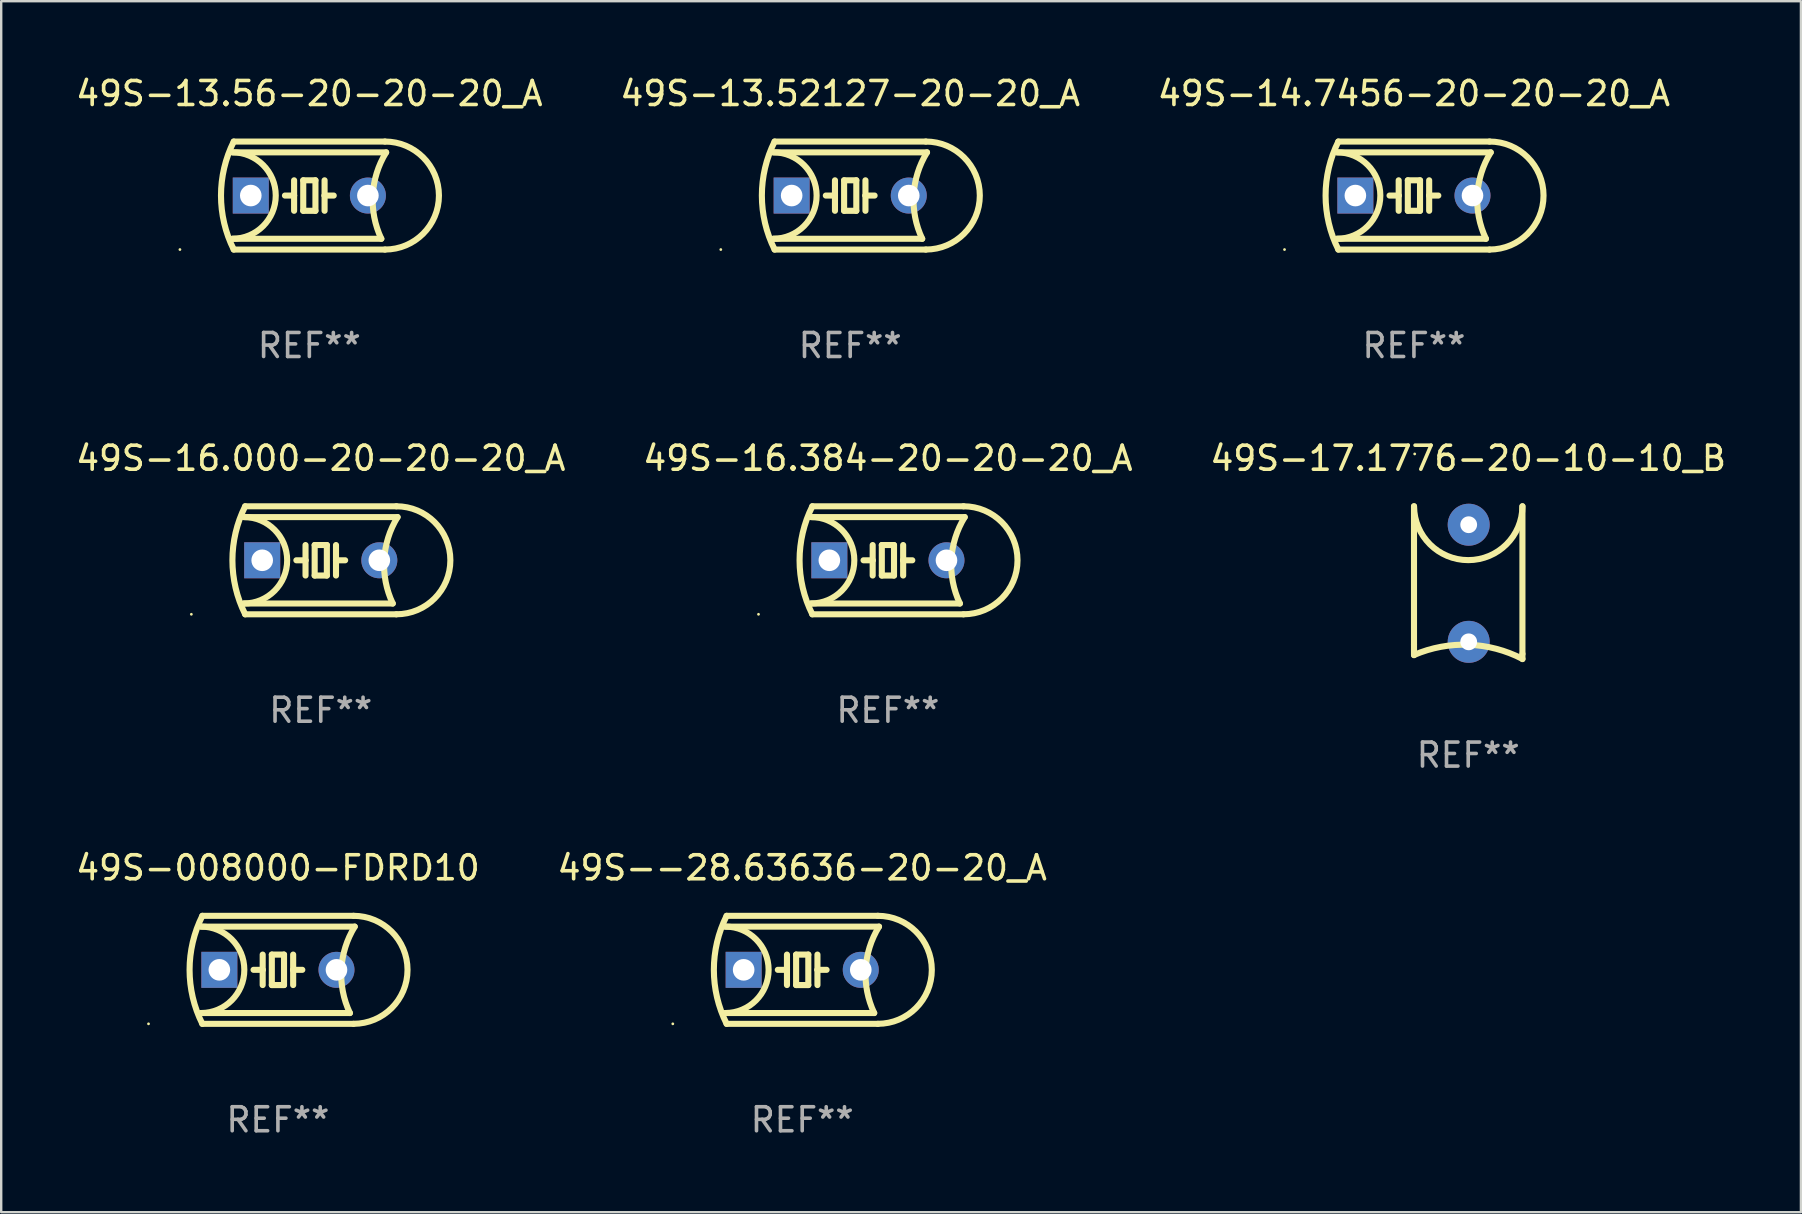
<source format=kicad_pcb>
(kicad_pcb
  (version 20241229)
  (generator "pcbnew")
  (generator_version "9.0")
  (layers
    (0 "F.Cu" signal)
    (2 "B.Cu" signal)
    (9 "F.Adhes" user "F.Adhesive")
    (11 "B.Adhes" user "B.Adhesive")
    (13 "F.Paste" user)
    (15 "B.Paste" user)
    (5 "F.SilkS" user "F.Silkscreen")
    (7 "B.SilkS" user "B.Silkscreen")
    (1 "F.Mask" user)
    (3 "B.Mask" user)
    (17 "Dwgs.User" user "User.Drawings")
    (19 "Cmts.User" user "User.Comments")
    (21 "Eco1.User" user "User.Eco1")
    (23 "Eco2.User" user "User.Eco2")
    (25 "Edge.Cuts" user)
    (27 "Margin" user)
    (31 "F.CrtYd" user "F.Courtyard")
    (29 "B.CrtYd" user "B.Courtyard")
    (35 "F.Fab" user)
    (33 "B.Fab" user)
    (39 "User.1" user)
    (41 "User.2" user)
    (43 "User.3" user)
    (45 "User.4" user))
  (footprint "49S-008000-FDRD10"
    (layer "F.Cu")
    (at 8.53 37.359)
    (property "Reference" "49S-008000-FDRD10" (at 0 -4.25 0) (layer "F.SilkS") (effects (font (size 1 1) (thickness 0.15))))
    (attr through_hole)
    (fp_line (start -3.2 -1.8) (end 3.2 -1.8) (stroke (width 0.254) (type solid)) (layer "F.SilkS"))
    (fp_line (start -3.15 2.25) (end 3.15 2.25) (stroke (width 0.254) (type solid)) (layer "F.SilkS"))
    (fp_line (start -0.635 -0.635) (end -0.635 0) (stroke (width 0.254) (type solid)) (layer "F.SilkS"))
    (fp_line (start -0.635 0) (end -1.016 0) (stroke (width 0.254) (type solid)) (layer "F.SilkS"))
    (fp_line (start -0.635 0) (end -0.635 0.635) (stroke (width 0.254) (type solid)) (layer "F.SilkS"))
    (fp_line (start -0.254 -0.635) (end -0.254 0.635) (stroke (width 0.254) (type solid)) (layer "F.SilkS"))
    (fp_line (start -0.254 0.635) (end 0.254 0.635) (stroke (width 0.254) (type solid)) (layer "F.SilkS"))
    (fp_line (start 0.254 -0.635) (end -0.254 -0.635) (stroke (width 0.254) (type solid)) (layer "F.SilkS"))
    (fp_line (start 0.254 0.635) (end 0.254 -0.635) (stroke (width 0.254) (type solid)) (layer "F.SilkS"))
    (fp_line (start 0.635 -0.635) (end 0.635 0) (stroke (width 0.254) (type solid)) (layer "F.SilkS"))
    (fp_line (start 0.635 0) (end 0.635 0.635) (stroke (width 0.254) (type solid)) (layer "F.SilkS"))
    (fp_line (start 0.635 0) (end 1.016 0) (stroke (width 0.254) (type solid)) (layer "F.SilkS"))
    (fp_line (start 3 1.8) (end -3.2 1.8) (stroke (width 0.254) (type solid)) (layer "F.SilkS"))
    (fp_line (start 3.15 -2.25) (end -3.15 -2.25) (stroke (width 0.254) (type solid)) (layer "F.SilkS"))
    (fp_arc (start -3.200406 -1.800864) (mid -1.399974 -0.000635) (end -3.2 1.8) (stroke (width 0.254001) (type solid)) (layer "F.SilkS"))
    (fp_arc (start -3.149606 2.250444) (mid -3.680941 0.000261) (end -3.149987 -2.250013) (stroke (width 0.254001) (type solid)) (layer "F.SilkS"))
    (fp_arc (start 2.999746 1.800863) (mid 2.642982 -0.024977) (end 3.2 -1.8) (stroke (width 0.254001) (type solid)) (layer "F.SilkS"))
    (fp_arc (start 3.149607 -2.250445) (mid 5.399848 -0.000406) (end 3.149987 2.250013) (stroke (width 0.254001) (type solid)) (layer "F.SilkS"))
    (fp_circle (center -5.392 2.25) (end -5.362 2.25) (stroke (width 0.06) (type solid)) (fill no) (layer "F.SilkS"))
    (fp_text user "REF**" (at 0 6.25 0) (layer "F.Fab") (effects (font (size 1 1) (thickness 0.15))))
    (pad "1" thru_hole rect (at -2.44 0) (size 1.5 1.5) (drill 0.9) (layers "*.Cu" "*.Mask"))
    (pad "2" thru_hole circle (at 2.44 0) (size 1.5 1.5) (drill 0.9) (layers "*.Cu" "*.Mask")))
  (footprint "49S-14.7456-20-20-20_A"
    (layer "F.Cu")
    (at 55.863 5.098)
    (property "Reference" "49S-14.7456-20-20-20_A" (at 0 -4.25 0) (layer "F.SilkS") (effects (font (size 1 1) (thickness 0.15))))
    (attr through_hole)
    (fp_line (start -3.2 -1.8) (end 3.2 -1.8) (stroke (width 0.254) (type solid)) (layer "F.SilkS"))
    (fp_line (start -3.15 2.25) (end 3.15 2.25) (stroke (width 0.254) (type solid)) (layer "F.SilkS"))
    (fp_line (start -0.635 -0.635) (end -0.635 0) (stroke (width 0.254) (type solid)) (layer "F.SilkS"))
    (fp_line (start -0.635 0) (end -1.016 0) (stroke (width 0.254) (type solid)) (layer "F.SilkS"))
    (fp_line (start -0.635 0) (end -0.635 0.635) (stroke (width 0.254) (type solid)) (layer "F.SilkS"))
    (fp_line (start -0.254 -0.635) (end -0.254 0.635) (stroke (width 0.254) (type solid)) (layer "F.SilkS"))
    (fp_line (start -0.254 0.635) (end 0.254 0.635) (stroke (width 0.254) (type solid)) (layer "F.SilkS"))
    (fp_line (start 0.254 -0.635) (end -0.254 -0.635) (stroke (width 0.254) (type solid)) (layer "F.SilkS"))
    (fp_line (start 0.254 0.635) (end 0.254 -0.635) (stroke (width 0.254) (type solid)) (layer "F.SilkS"))
    (fp_line (start 0.635 -0.635) (end 0.635 0) (stroke (width 0.254) (type solid)) (layer "F.SilkS"))
    (fp_line (start 0.635 0) (end 0.635 0.635) (stroke (width 0.254) (type solid)) (layer "F.SilkS"))
    (fp_line (start 0.635 0) (end 1.016 0) (stroke (width 0.254) (type solid)) (layer "F.SilkS"))
    (fp_line (start 3 1.8) (end -3.2 1.8) (stroke (width 0.254) (type solid)) (layer "F.SilkS"))
    (fp_line (start 3.15 -2.25) (end -3.15 -2.25) (stroke (width 0.254) (type solid)) (layer "F.SilkS"))
    (fp_arc (start -3.200406 -1.800864) (mid -1.399974 -0.000635) (end -3.2 1.8) (stroke (width 0.254001) (type solid)) (layer "F.SilkS"))
    (fp_arc (start -3.149606 2.250444) (mid -3.680941 0.000261) (end -3.149987 -2.250013) (stroke (width 0.254001) (type solid)) (layer "F.SilkS"))
    (fp_arc (start 2.999746 1.800863) (mid 2.642982 -0.024977) (end 3.2 -1.8) (stroke (width 0.254001) (type solid)) (layer "F.SilkS"))
    (fp_arc (start 3.149607 -2.250445) (mid 5.399848 -0.000406) (end 3.149987 2.250013) (stroke (width 0.254001) (type solid)) (layer "F.SilkS"))
    (fp_circle (center -5.392 2.25) (end -5.362 2.25) (stroke (width 0.06) (type solid)) (fill no) (layer "F.SilkS"))
    (fp_text user "REF**" (at 0 6.25 0) (layer "F.Fab") (effects (font (size 1 1) (thickness 0.15))))
    (pad "1" thru_hole rect (at -2.44 0) (size 1.5 1.5) (drill 0.9) (layers "*.Cu" "*.Mask"))
    (pad "2" thru_hole circle (at 2.44 0) (size 1.5 1.5) (drill 0.9) (layers "*.Cu" "*.Mask")))
  (footprint "49S-16.000-20-20-20_A"
    (layer "F.Cu")
    (at 10.315 20.295)
    (property "Reference" "49S-16.000-20-20-20_A" (at 0 -4.25 0) (layer "F.SilkS") (effects (font (size 1 1) (thickness 0.15))))
    (attr through_hole)
    (fp_line (start -3.2 -1.8) (end 3.2 -1.8) (stroke (width 0.254) (type solid)) (layer "F.SilkS"))
    (fp_line (start -3.15 2.25) (end 3.15 2.25) (stroke (width 0.254) (type solid)) (layer "F.SilkS"))
    (fp_line (start -0.635 -0.635) (end -0.635 0) (stroke (width 0.254) (type solid)) (layer "F.SilkS"))
    (fp_line (start -0.635 0) (end -1.016 0) (stroke (width 0.254) (type solid)) (layer "F.SilkS"))
    (fp_line (start -0.635 0) (end -0.635 0.635) (stroke (width 0.254) (type solid)) (layer "F.SilkS"))
    (fp_line (start -0.254 -0.635) (end -0.254 0.635) (stroke (width 0.254) (type solid)) (layer "F.SilkS"))
    (fp_line (start -0.254 0.635) (end 0.254 0.635) (stroke (width 0.254) (type solid)) (layer "F.SilkS"))
    (fp_line (start 0.254 -0.635) (end -0.254 -0.635) (stroke (width 0.254) (type solid)) (layer "F.SilkS"))
    (fp_line (start 0.254 0.635) (end 0.254 -0.635) (stroke (width 0.254) (type solid)) (layer "F.SilkS"))
    (fp_line (start 0.635 -0.635) (end 0.635 0) (stroke (width 0.254) (type solid)) (layer "F.SilkS"))
    (fp_line (start 0.635 0) (end 0.635 0.635) (stroke (width 0.254) (type solid)) (layer "F.SilkS"))
    (fp_line (start 0.635 0) (end 1.016 0) (stroke (width 0.254) (type solid)) (layer "F.SilkS"))
    (fp_line (start 3 1.8) (end -3.2 1.8) (stroke (width 0.254) (type solid)) (layer "F.SilkS"))
    (fp_line (start 3.15 -2.25) (end -3.15 -2.25) (stroke (width 0.254) (type solid)) (layer "F.SilkS"))
    (fp_arc (start -3.200406 -1.800864) (mid -1.399974 -0.000635) (end -3.2 1.8) (stroke (width 0.254001) (type solid)) (layer "F.SilkS"))
    (fp_arc (start -3.149606 2.250444) (mid -3.680941 0.000261) (end -3.149987 -2.250013) (stroke (width 0.254001) (type solid)) (layer "F.SilkS"))
    (fp_arc (start 2.999746 1.800863) (mid 2.642982 -0.024977) (end 3.2 -1.8) (stroke (width 0.254001) (type solid)) (layer "F.SilkS"))
    (fp_arc (start 3.149607 -2.250445) (mid 5.399848 -0.000406) (end 3.149987 2.250013) (stroke (width 0.254001) (type solid)) (layer "F.SilkS"))
    (fp_circle (center -5.392 2.25) (end -5.362 2.25) (stroke (width 0.06) (type solid)) (fill no) (layer "F.SilkS"))
    (fp_text user "REF**" (at 0 6.25 0) (layer "F.Fab") (effects (font (size 1 1) (thickness 0.15))))
    (pad "1" thru_hole rect (at -2.44 0) (size 1.5 1.5) (drill 0.9) (layers "*.Cu" "*.Mask"))
    (pad "2" thru_hole circle (at 2.44 0) (size 1.5 1.5) (drill 0.9) (layers "*.Cu" "*.Mask")))
  (footprint "49S-13.56-20-20-20_A"
    (layer "F.Cu")
    (at 9.839 5.098)
    (property "Reference" "49S-13.56-20-20-20_A" (at 0 -4.25 0) (layer "F.SilkS") (effects (font (size 1 1) (thickness 0.15))))
    (attr through_hole)
    (fp_line (start -3.2 -1.8) (end 3.2 -1.8) (stroke (width 0.254) (type solid)) (layer "F.SilkS"))
    (fp_line (start -3.15 2.25) (end 3.15 2.25) (stroke (width 0.254) (type solid)) (layer "F.SilkS"))
    (fp_line (start -0.635 -0.635) (end -0.635 0) (stroke (width 0.254) (type solid)) (layer "F.SilkS"))
    (fp_line (start -0.635 0) (end -1.016 0) (stroke (width 0.254) (type solid)) (layer "F.SilkS"))
    (fp_line (start -0.635 0) (end -0.635 0.635) (stroke (width 0.254) (type solid)) (layer "F.SilkS"))
    (fp_line (start -0.254 -0.635) (end -0.254 0.635) (stroke (width 0.254) (type solid)) (layer "F.SilkS"))
    (fp_line (start -0.254 0.635) (end 0.254 0.635) (stroke (width 0.254) (type solid)) (layer "F.SilkS"))
    (fp_line (start 0.254 -0.635) (end -0.254 -0.635) (stroke (width 0.254) (type solid)) (layer "F.SilkS"))
    (fp_line (start 0.254 0.635) (end 0.254 -0.635) (stroke (width 0.254) (type solid)) (layer "F.SilkS"))
    (fp_line (start 0.635 -0.635) (end 0.635 0) (stroke (width 0.254) (type solid)) (layer "F.SilkS"))
    (fp_line (start 0.635 0) (end 0.635 0.635) (stroke (width 0.254) (type solid)) (layer "F.SilkS"))
    (fp_line (start 0.635 0) (end 1.016 0) (stroke (width 0.254) (type solid)) (layer "F.SilkS"))
    (fp_line (start 3 1.8) (end -3.2 1.8) (stroke (width 0.254) (type solid)) (layer "F.SilkS"))
    (fp_line (start 3.15 -2.25) (end -3.15 -2.25) (stroke (width 0.254) (type solid)) (layer "F.SilkS"))
    (fp_arc (start -3.200406 -1.800864) (mid -1.399974 -0.000635) (end -3.2 1.8) (stroke (width 0.254001) (type solid)) (layer "F.SilkS"))
    (fp_arc (start -3.149606 2.250444) (mid -3.680941 0.000261) (end -3.149987 -2.250013) (stroke (width 0.254001) (type solid)) (layer "F.SilkS"))
    (fp_arc (start 2.999746 1.800863) (mid 2.642982 -0.024977) (end 3.2 -1.8) (stroke (width 0.254001) (type solid)) (layer "F.SilkS"))
    (fp_arc (start 3.149607 -2.250445) (mid 5.399848 -0.000406) (end 3.149987 2.250013) (stroke (width 0.254001) (type solid)) (layer "F.SilkS"))
    (fp_circle (center -5.392 2.25) (end -5.362 2.25) (stroke (width 0.06) (type solid)) (fill no) (layer "F.SilkS"))
    (fp_text user "REF**" (at 0 6.25 0) (layer "F.Fab") (effects (font (size 1 1) (thickness 0.15))))
    (pad "1" thru_hole rect (at -2.44 0) (size 1.5 1.5) (drill 0.9) (layers "*.Cu" "*.Mask"))
    (pad "2" thru_hole circle (at 2.44 0) (size 1.5 1.5) (drill 0.9) (layers "*.Cu" "*.Mask")))
  (footprint "49S-17.1776-20-10-10_B"
    (layer "F.Cu")
    (at 58.125 21.229)
    (property "Reference" "49S-17.1776-20-10-10_B" (at 0 -5.184 0) (layer "F.SilkS") (effects (font (size 1 1) (thickness 0.15))))
    (attr through_hole)
    (fp_line (start -2.259 -3.184) (end -2.259 2.566) (stroke (width 0.254) (type solid)) (layer "F.SilkS"))
    (fp_line (start -2.259 2.566) (end -2.259 2.802) (stroke (width 0.254) (type solid)) (layer "F.SilkS"))
    (fp_line (start -2.259 2.802) (end -2.259 3.02) (stroke (width 0.254) (type solid)) (layer "F.SilkS"))
    (fp_line (start 2.259 -3.184) (end 2.259 2.966) (stroke (width 0.254) (type solid)) (layer "F.SilkS"))
    (fp_line (start 2.259 2.966) (end 2.259 3.184) (stroke (width 0.254) (type solid)) (layer "F.SilkS"))
    (fp_arc (start -2.257976 3.011417) (mid 0.019154 2.585575) (end 2.259601 3.174689) (stroke (width 0.254001) (type solid)) (layer "F.SilkS"))
    (fp_arc (start 2.258966 -3.184061) (mid 0.000495 -0.925616) (end -2.25795 -3.184087) (stroke (width 0.254001) (type solid)) (layer "F.SilkS"))
    (fp_circle (center -2.23 -5.365) (end -2.2 -5.365) (stroke (width 0.06) (type solid)) (fill no) (layer "F.SilkS"))
    (fp_text user "REF**" (at 0 7.184 0) (layer "F.Fab") (effects (font (size 1 1) (thickness 0.15))))
    (pad "1" thru_hole circle (at 0.02 -2.416) (size 1.75 1.75) (drill 0.7) (layers "*.Cu" "*.Mask"))
    (pad "2" thru_hole circle (at 0.02 2.464) (size 1.75 1.75) (drill 0.7) (layers "*.Cu" "*.Mask")))
  (footprint "49S--28.63636-20-20_A"
    (layer "F.Cu")
    (at 30.375 37.359)
    (property "Reference" "49S--28.63636-20-20_A" (at 0 -4.25 0) (layer "F.SilkS") (effects (font (size 1 1) (thickness 0.15))))
    (attr through_hole)
    (fp_line (start -3.2 -1.8) (end 3.2 -1.8) (stroke (width 0.254) (type solid)) (layer "F.SilkS"))
    (fp_line (start -3.15 2.25) (end 3.15 2.25) (stroke (width 0.254) (type solid)) (layer "F.SilkS"))
    (fp_line (start -0.635 -0.635) (end -0.635 0) (stroke (width 0.254) (type solid)) (layer "F.SilkS"))
    (fp_line (start -0.635 0) (end -1.016 0) (stroke (width 0.254) (type solid)) (layer "F.SilkS"))
    (fp_line (start -0.635 0) (end -0.635 0.635) (stroke (width 0.254) (type solid)) (layer "F.SilkS"))
    (fp_line (start -0.254 -0.635) (end -0.254 0.635) (stroke (width 0.254) (type solid)) (layer "F.SilkS"))
    (fp_line (start -0.254 0.635) (end 0.254 0.635) (stroke (width 0.254) (type solid)) (layer "F.SilkS"))
    (fp_line (start 0.254 -0.635) (end -0.254 -0.635) (stroke (width 0.254) (type solid)) (layer "F.SilkS"))
    (fp_line (start 0.254 0.635) (end 0.254 -0.635) (stroke (width 0.254) (type solid)) (layer "F.SilkS"))
    (fp_line (start 0.635 -0.635) (end 0.635 0) (stroke (width 0.254) (type solid)) (layer "F.SilkS"))
    (fp_line (start 0.635 0) (end 0.635 0.635) (stroke (width 0.254) (type solid)) (layer "F.SilkS"))
    (fp_line (start 0.635 0) (end 1.016 0) (stroke (width 0.254) (type solid)) (layer "F.SilkS"))
    (fp_line (start 3 1.8) (end -3.2 1.8) (stroke (width 0.254) (type solid)) (layer "F.SilkS"))
    (fp_line (start 3.15 -2.25) (end -3.15 -2.25) (stroke (width 0.254) (type solid)) (layer "F.SilkS"))
    (fp_arc (start -3.200406 -1.800864) (mid -1.399974 -0.000635) (end -3.2 1.8) (stroke (width 0.254001) (type solid)) (layer "F.SilkS"))
    (fp_arc (start -3.149606 2.250444) (mid -3.680941 0.000261) (end -3.149987 -2.250013) (stroke (width 0.254001) (type solid)) (layer "F.SilkS"))
    (fp_arc (start 2.999746 1.800863) (mid 2.642982 -0.024977) (end 3.2 -1.8) (stroke (width 0.254001) (type solid)) (layer "F.SilkS"))
    (fp_arc (start 3.149607 -2.250445) (mid 5.399848 -0.000406) (end 3.149987 2.250013) (stroke (width 0.254001) (type solid)) (layer "F.SilkS"))
    (fp_circle (center -5.392 2.25) (end -5.362 2.25) (stroke (width 0.06) (type solid)) (fill no) (layer "F.SilkS"))
    (fp_text user "REF**" (at 0 6.25 0) (layer "F.Fab") (effects (font (size 1 1) (thickness 0.15))))
    (pad "1" thru_hole rect (at -2.44 0) (size 1.5 1.5) (drill 0.9) (layers "*.Cu" "*.Mask"))
    (pad "2" thru_hole circle (at 2.44 0) (size 1.5 1.5) (drill 0.9) (layers "*.Cu" "*.Mask")))
  (footprint "49S-16.384-20-20-20_A"
    (layer "F.Cu")
    (at 33.946 20.295)
    (property "Reference" "49S-16.384-20-20-20_A" (at 0 -4.25 0) (layer "F.SilkS") (effects (font (size 1 1) (thickness 0.15))))
    (attr through_hole)
    (fp_line (start -3.2 -1.8) (end 3.2 -1.8) (stroke (width 0.254) (type solid)) (layer "F.SilkS"))
    (fp_line (start -3.15 2.25) (end 3.15 2.25) (stroke (width 0.254) (type solid)) (layer "F.SilkS"))
    (fp_line (start -0.635 -0.635) (end -0.635 0) (stroke (width 0.254) (type solid)) (layer "F.SilkS"))
    (fp_line (start -0.635 0) (end -1.016 0) (stroke (width 0.254) (type solid)) (layer "F.SilkS"))
    (fp_line (start -0.635 0) (end -0.635 0.635) (stroke (width 0.254) (type solid)) (layer "F.SilkS"))
    (fp_line (start -0.254 -0.635) (end -0.254 0.635) (stroke (width 0.254) (type solid)) (layer "F.SilkS"))
    (fp_line (start -0.254 0.635) (end 0.254 0.635) (stroke (width 0.254) (type solid)) (layer "F.SilkS"))
    (fp_line (start 0.254 -0.635) (end -0.254 -0.635) (stroke (width 0.254) (type solid)) (layer "F.SilkS"))
    (fp_line (start 0.254 0.635) (end 0.254 -0.635) (stroke (width 0.254) (type solid)) (layer "F.SilkS"))
    (fp_line (start 0.635 -0.635) (end 0.635 0) (stroke (width 0.254) (type solid)) (layer "F.SilkS"))
    (fp_line (start 0.635 0) (end 0.635 0.635) (stroke (width 0.254) (type solid)) (layer "F.SilkS"))
    (fp_line (start 0.635 0) (end 1.016 0) (stroke (width 0.254) (type solid)) (layer "F.SilkS"))
    (fp_line (start 3 1.8) (end -3.2 1.8) (stroke (width 0.254) (type solid)) (layer "F.SilkS"))
    (fp_line (start 3.15 -2.25) (end -3.15 -2.25) (stroke (width 0.254) (type solid)) (layer "F.SilkS"))
    (fp_arc (start -3.200406 -1.800864) (mid -1.399974 -0.000635) (end -3.2 1.8) (stroke (width 0.254001) (type solid)) (layer "F.SilkS"))
    (fp_arc (start -3.149606 2.250444) (mid -3.680941 0.000261) (end -3.149987 -2.250013) (stroke (width 0.254001) (type solid)) (layer "F.SilkS"))
    (fp_arc (start 2.999746 1.800863) (mid 2.642982 -0.024977) (end 3.2 -1.8) (stroke (width 0.254001) (type solid)) (layer "F.SilkS"))
    (fp_arc (start 3.149607 -2.250445) (mid 5.399848 -0.000406) (end 3.149987 2.250013) (stroke (width 0.254001) (type solid)) (layer "F.SilkS"))
    (fp_circle (center -5.392 2.25) (end -5.362 2.25) (stroke (width 0.06) (type solid)) (fill no) (layer "F.SilkS"))
    (fp_text user "REF**" (at 0 6.25 0) (layer "F.Fab") (effects (font (size 1 1) (thickness 0.15))))
    (pad "1" thru_hole rect (at -2.44 0) (size 1.5 1.5) (drill 0.9) (layers "*.Cu" "*.Mask"))
    (pad "2" thru_hole circle (at 2.44 0) (size 1.5 1.5) (drill 0.9) (layers "*.Cu" "*.Mask")))
  (footprint "49S-13.52127-20-20_A"
    (layer "F.Cu")
    (at 32.375 5.098)
    (property "Reference" "49S-13.52127-20-20_A" (at 0 -4.25 0) (layer "F.SilkS") (effects (font (size 1 1) (thickness 0.15))))
    (attr through_hole)
    (fp_line (start -3.2 -1.8) (end 3.2 -1.8) (stroke (width 0.254) (type solid)) (layer "F.SilkS"))
    (fp_line (start -3.15 2.25) (end 3.15 2.25) (stroke (width 0.254) (type solid)) (layer "F.SilkS"))
    (fp_line (start -0.635 -0.635) (end -0.635 0) (stroke (width 0.254) (type solid)) (layer "F.SilkS"))
    (fp_line (start -0.635 0) (end -1.016 0) (stroke (width 0.254) (type solid)) (layer "F.SilkS"))
    (fp_line (start -0.635 0) (end -0.635 0.635) (stroke (width 0.254) (type solid)) (layer "F.SilkS"))
    (fp_line (start -0.254 -0.635) (end -0.254 0.635) (stroke (width 0.254) (type solid)) (layer "F.SilkS"))
    (fp_line (start -0.254 0.635) (end 0.254 0.635) (stroke (width 0.254) (type solid)) (layer "F.SilkS"))
    (fp_line (start 0.254 -0.635) (end -0.254 -0.635) (stroke (width 0.254) (type solid)) (layer "F.SilkS"))
    (fp_line (start 0.254 0.635) (end 0.254 -0.635) (stroke (width 0.254) (type solid)) (layer "F.SilkS"))
    (fp_line (start 0.635 -0.635) (end 0.635 0) (stroke (width 0.254) (type solid)) (layer "F.SilkS"))
    (fp_line (start 0.635 0) (end 0.635 0.635) (stroke (width 0.254) (type solid)) (layer "F.SilkS"))
    (fp_line (start 0.635 0) (end 1.016 0) (stroke (width 0.254) (type solid)) (layer "F.SilkS"))
    (fp_line (start 3 1.8) (end -3.2 1.8) (stroke (width 0.254) (type solid)) (layer "F.SilkS"))
    (fp_line (start 3.15 -2.25) (end -3.15 -2.25) (stroke (width 0.254) (type solid)) (layer "F.SilkS"))
    (fp_arc (start -3.200406 -1.800864) (mid -1.399974 -0.000635) (end -3.2 1.8) (stroke (width 0.254001) (type solid)) (layer "F.SilkS"))
    (fp_arc (start -3.149606 2.250444) (mid -3.680941 0.000261) (end -3.149987 -2.250013) (stroke (width 0.254001) (type solid)) (layer "F.SilkS"))
    (fp_arc (start 2.999746 1.800863) (mid 2.642982 -0.024977) (end 3.2 -1.8) (stroke (width 0.254001) (type solid)) (layer "F.SilkS"))
    (fp_arc (start 3.149607 -2.250445) (mid 5.399848 -0.000406) (end 3.149987 2.250013) (stroke (width 0.254001) (type solid)) (layer "F.SilkS"))
    (fp_circle (center -5.392 2.25) (end -5.362 2.25) (stroke (width 0.06) (type solid)) (fill no) (layer "F.SilkS"))
    (fp_text user "REF**" (at 0 6.25 0) (layer "F.Fab") (effects (font (size 1 1) (thickness 0.15))))
    (pad "1" thru_hole rect (at -2.44 0) (size 1.5 1.5) (drill 0.9) (layers "*.Cu" "*.Mask"))
    (pad "2" thru_hole circle (at 2.44 0) (size 1.5 1.5) (drill 0.9) (layers "*.Cu" "*.Mask")))
  (gr_rect
    (start -3 -3)
    (end 71.988 47.458)
    (stroke (width 0.1) (type default))
    (fill no)
    (layer "Edge.Cuts")))
</source>
